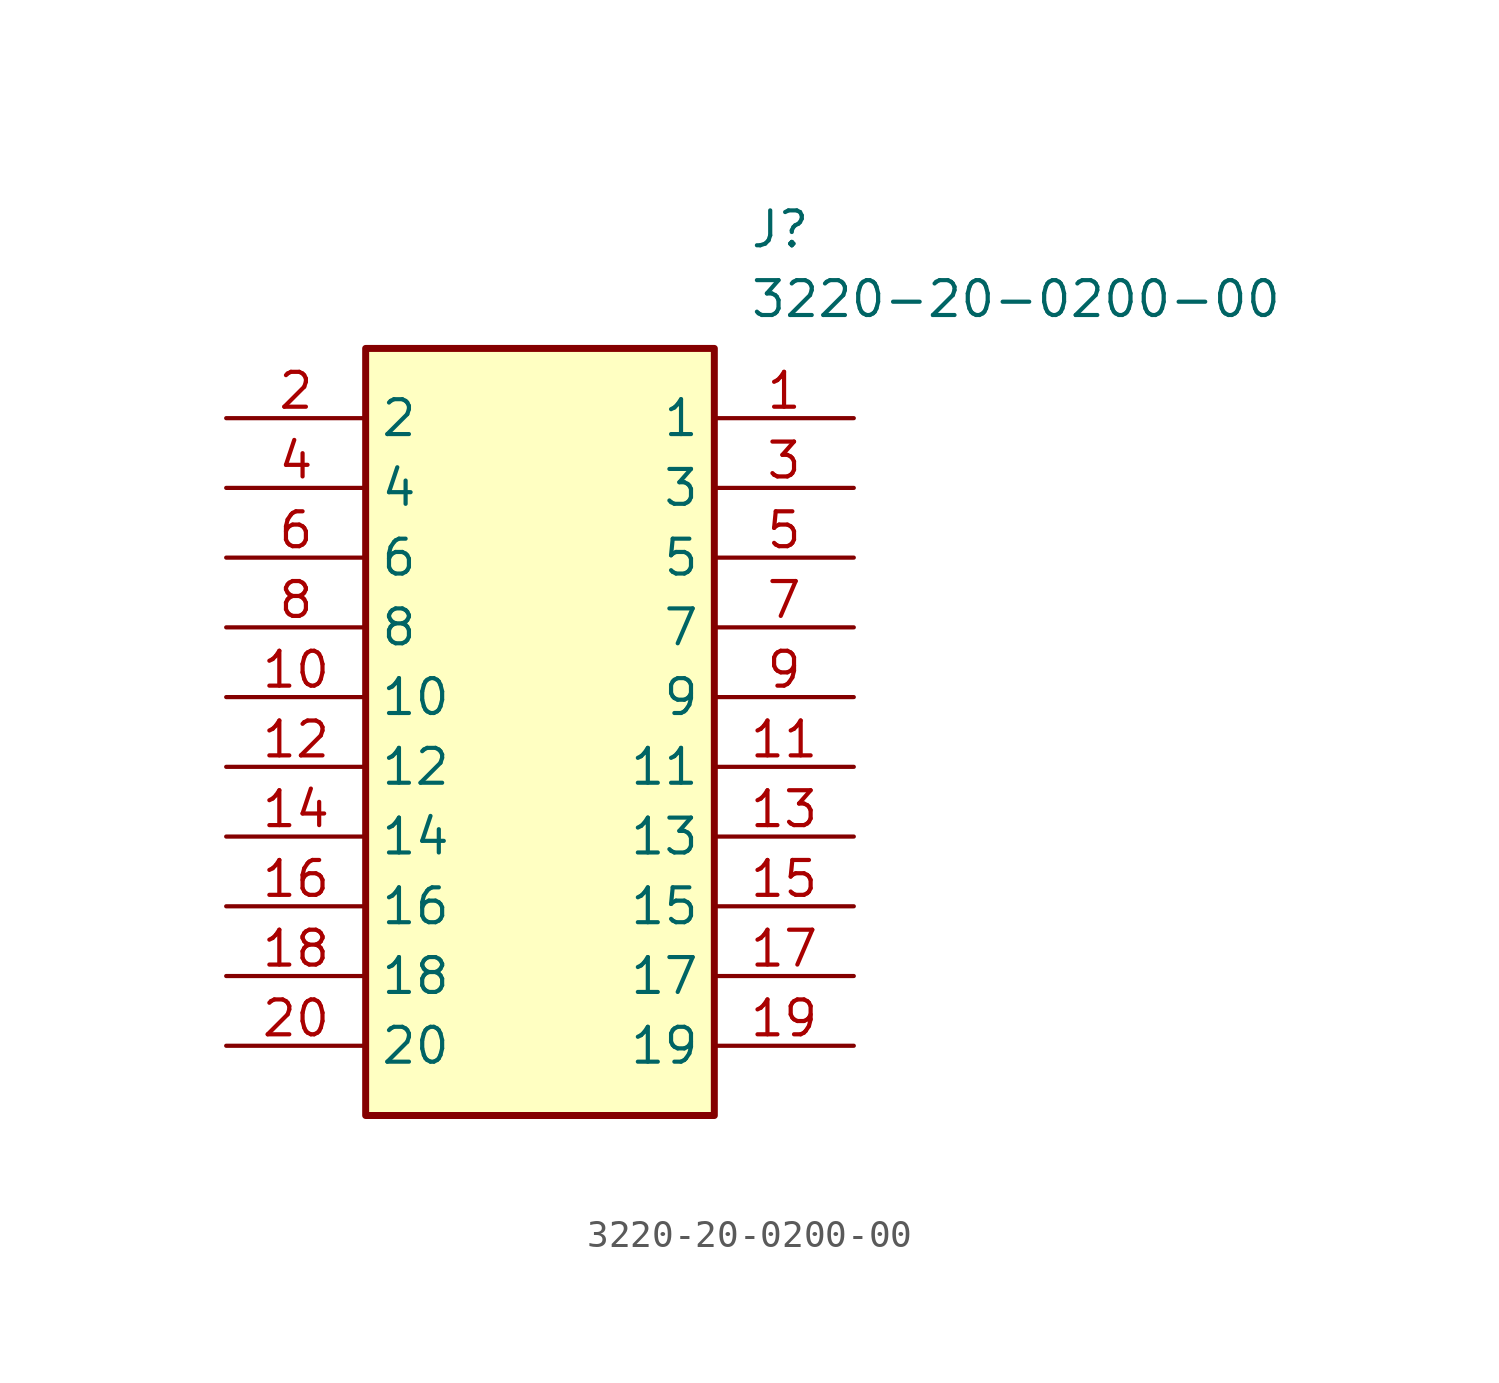
<source format=kicad_sym>
(kicad_symbol_lib
  (version 20211014)
  (generator SamacSys_ECAD_Model)
  (symbol "3220-20-0200-00"
    (property "Reference" "J"
      (at 19.05 7.62 0)
      (effects (font (size 1.27 1.27)) (justify left top)))
    (property "Value" "3220-20-0200-00"
      (at 19.05 5.08 0)
      (effects (font (size 1.27 1.27)) (justify left top)))
    (rectangle
      (start 5.08 2.54)
      (end 17.78 -25.4)
      (stroke (width 0.254) (type default))
      (fill (type background)))
    (pin passive line
      (at 22.86 0 180)
      (length 5.08)
      (name "1" (effects (font (size 1.27 1.27))))
      (number "1" (effects (font (size 1.27 1.27)))))
    (pin passive line
      (at 0 0 0)
      (length 5.08)
      (name "2" (effects (font (size 1.27 1.27))))
      (number "2" (effects (font (size 1.27 1.27)))))
    (pin passive line
      (at 22.86 -2.54 180)
      (length 5.08)
      (name "3" (effects (font (size 1.27 1.27))))
      (number "3" (effects (font (size 1.27 1.27)))))
    (pin passive line
      (at 0 -2.54 0)
      (length 5.08)
      (name "4" (effects (font (size 1.27 1.27))))
      (number "4" (effects (font (size 1.27 1.27)))))
    (pin passive line
      (at 22.86 -5.08 180)
      (length 5.08)
      (name "5" (effects (font (size 1.27 1.27))))
      (number "5" (effects (font (size 1.27 1.27)))))
    (pin passive line
      (at 0 -5.08 0)
      (length 5.08)
      (name "6" (effects (font (size 1.27 1.27))))
      (number "6" (effects (font (size 1.27 1.27)))))
    (pin passive line
      (at 22.86 -7.62 180)
      (length 5.08)
      (name "7" (effects (font (size 1.27 1.27))))
      (number "7" (effects (font (size 1.27 1.27)))))
    (pin passive line
      (at 0 -7.62 0)
      (length 5.08)
      (name "8" (effects (font (size 1.27 1.27))))
      (number "8" (effects (font (size 1.27 1.27)))))
    (pin passive line
      (at 22.86 -10.16 180)
      (length 5.08)
      (name "9" (effects (font (size 1.27 1.27))))
      (number "9" (effects (font (size 1.27 1.27)))))
    (pin passive line
      (at 0 -10.16 0)
      (length 5.08)
      (name "10" (effects (font (size 1.27 1.27))))
      (number "10" (effects (font (size 1.27 1.27)))))
    (pin passive line
      (at 22.86 -12.7 180)
      (length 5.08)
      (name "11" (effects (font (size 1.27 1.27))))
      (number "11" (effects (font (size 1.27 1.27)))))
    (pin passive line
      (at 0 -12.7 0)
      (length 5.08)
      (name "12" (effects (font (size 1.27 1.27))))
      (number "12" (effects (font (size 1.27 1.27)))))
    (pin passive line
      (at 22.86 -15.24 180)
      (length 5.08)
      (name "13" (effects (font (size 1.27 1.27))))
      (number "13" (effects (font (size 1.27 1.27)))))
    (pin passive line
      (at 0 -15.24 0)
      (length 5.08)
      (name "14" (effects (font (size 1.27 1.27))))
      (number "14" (effects (font (size 1.27 1.27)))))
    (pin passive line
      (at 22.86 -17.78 180)
      (length 5.08)
      (name "15" (effects (font (size 1.27 1.27))))
      (number "15" (effects (font (size 1.27 1.27)))))
    (pin passive line
      (at 0 -17.78 0)
      (length 5.08)
      (name "16" (effects (font (size 1.27 1.27))))
      (number "16" (effects (font (size 1.27 1.27)))))
    (pin passive line
      (at 22.86 -20.32 180)
      (length 5.08)
      (name "17" (effects (font (size 1.27 1.27))))
      (number "17" (effects (font (size 1.27 1.27)))))
    (pin passive line
      (at 0 -20.32 0)
      (length 5.08)
      (name "18" (effects (font (size 1.27 1.27))))
      (number "18" (effects (font (size 1.27 1.27)))))
    (pin passive line
      (at 22.86 -22.86 180)
      (length 5.08)
      (name "19" (effects (font (size 1.27 1.27))))
      (number "19" (effects (font (size 1.27 1.27)))))
    (pin passive line
      (at 0 -22.86 0)
      (length 5.08)
      (name "20" (effects (font (size 1.27 1.27))))
      (number "20" (effects (font (size 1.27 1.27)))))))
</source>
